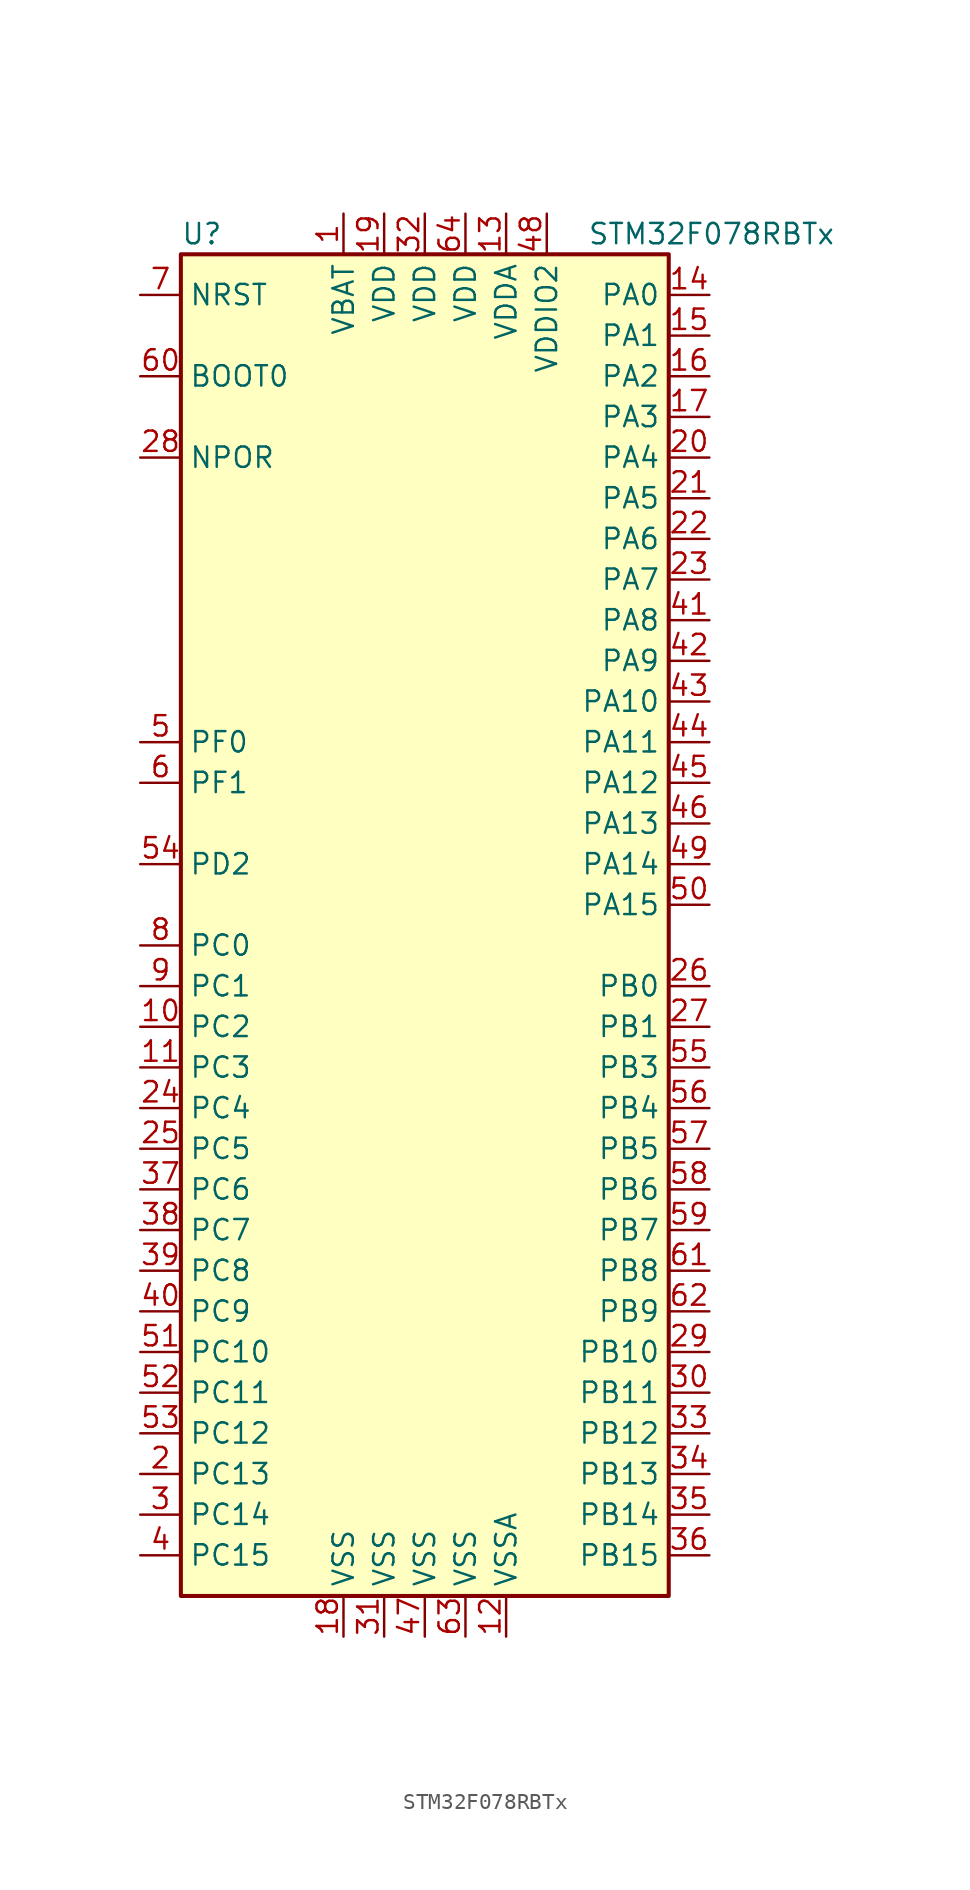
<source format=kicad_sym>
(kicad_symbol_lib
  (version 20201005)
  (generator kicad_symbol_editor)
  (symbol "STM32F078RBTx"
    (property "Reference" "U"
      (at -15.24 41.91 0)
      (effects (font (size 1.27 1.27)) (justify left)))
    (property "Value" "STM32F078RBTx"
      (at 10.16 41.91 0)
      (effects (font (size 1.27 1.27)) (justify left)))
    (symbol "STM32F078RBTx_0_1"
      (rectangle (start -15.24 -43.18) (end 15.24 40.64) (stroke (width 0.254)) (fill (type background))))
    (symbol "STM32F078RBTx_1_1"
      (pin input line (at -17.78 33.02 0) (length 2.54) (name "BOOT0" (effects (font (size 1.27 1.27)))) (number "60" (effects (font (size 1.27 1.27)))))
      (pin power_in line (at -17.78 27.94 0) (length 2.54) (name "NPOR" (effects (font (size 1.27 1.27)))) (number "28" (effects (font (size 1.27 1.27)))))
      (pin input line (at -17.78 38.1 0) (length 2.54) (name "NRST" (effects (font (size 1.27 1.27)))) (number "7" (effects (font (size 1.27 1.27)))))
      (pin bidirectional line (at 17.78 38.1 180) (length 2.54) (name "PA0" (effects (font (size 1.27 1.27)))) (number "14" (effects (font (size 1.27 1.27)))))
      (pin bidirectional line (at 17.78 35.56 180) (length 2.54) (name "PA1" (effects (font (size 1.27 1.27)))) (number "15" (effects (font (size 1.27 1.27)))))
      (pin bidirectional line (at 17.78 12.7 180) (length 2.54) (name "PA10" (effects (font (size 1.27 1.27)))) (number "43" (effects (font (size 1.27 1.27)))))
      (pin bidirectional line (at 17.78 10.16 180) (length 2.54) (name "PA11" (effects (font (size 1.27 1.27)))) (number "44" (effects (font (size 1.27 1.27)))))
      (pin bidirectional line (at 17.78 7.62 180) (length 2.54) (name "PA12" (effects (font (size 1.27 1.27)))) (number "45" (effects (font (size 1.27 1.27)))))
      (pin bidirectional line (at 17.78 5.08 180) (length 2.54) (name "PA13" (effects (font (size 1.27 1.27)))) (number "46" (effects (font (size 1.27 1.27)))))
      (pin bidirectional line (at 17.78 2.54 180) (length 2.54) (name "PA14" (effects (font (size 1.27 1.27)))) (number "49" (effects (font (size 1.27 1.27)))))
      (pin bidirectional line (at 17.78 0 180) (length 2.54) (name "PA15" (effects (font (size 1.27 1.27)))) (number "50" (effects (font (size 1.27 1.27)))))
      (pin bidirectional line (at 17.78 33.02 180) (length 2.54) (name "PA2" (effects (font (size 1.27 1.27)))) (number "16" (effects (font (size 1.27 1.27)))))
      (pin bidirectional line (at 17.78 30.48 180) (length 2.54) (name "PA3" (effects (font (size 1.27 1.27)))) (number "17" (effects (font (size 1.27 1.27)))))
      (pin bidirectional line (at 17.78 27.94 180) (length 2.54) (name "PA4" (effects (font (size 1.27 1.27)))) (number "20" (effects (font (size 1.27 1.27)))))
      (pin bidirectional line (at 17.78 25.4 180) (length 2.54) (name "PA5" (effects (font (size 1.27 1.27)))) (number "21" (effects (font (size 1.27 1.27)))))
      (pin bidirectional line (at 17.78 22.86 180) (length 2.54) (name "PA6" (effects (font (size 1.27 1.27)))) (number "22" (effects (font (size 1.27 1.27)))))
      (pin bidirectional line (at 17.78 20.32 180) (length 2.54) (name "PA7" (effects (font (size 1.27 1.27)))) (number "23" (effects (font (size 1.27 1.27)))))
      (pin bidirectional line (at 17.78 17.78 180) (length 2.54) (name "PA8" (effects (font (size 1.27 1.27)))) (number "41" (effects (font (size 1.27 1.27)))))
      (pin bidirectional line (at 17.78 15.24 180) (length 2.54) (name "PA9" (effects (font (size 1.27 1.27)))) (number "42" (effects (font (size 1.27 1.27)))))
      (pin bidirectional line (at 17.78 -5.08 180) (length 2.54) (name "PB0" (effects (font (size 1.27 1.27)))) (number "26" (effects (font (size 1.27 1.27)))))
      (pin bidirectional line (at 17.78 -7.62 180) (length 2.54) (name "PB1" (effects (font (size 1.27 1.27)))) (number "27" (effects (font (size 1.27 1.27)))))
      (pin bidirectional line (at 17.78 -27.94 180) (length 2.54) (name "PB10" (effects (font (size 1.27 1.27)))) (number "29" (effects (font (size 1.27 1.27)))))
      (pin bidirectional line (at 17.78 -30.48 180) (length 2.54) (name "PB11" (effects (font (size 1.27 1.27)))) (number "30" (effects (font (size 1.27 1.27)))))
      (pin bidirectional line (at 17.78 -33.02 180) (length 2.54) (name "PB12" (effects (font (size 1.27 1.27)))) (number "33" (effects (font (size 1.27 1.27)))))
      (pin bidirectional line (at 17.78 -35.56 180) (length 2.54) (name "PB13" (effects (font (size 1.27 1.27)))) (number "34" (effects (font (size 1.27 1.27)))))
      (pin bidirectional line (at 17.78 -38.1 180) (length 2.54) (name "PB14" (effects (font (size 1.27 1.27)))) (number "35" (effects (font (size 1.27 1.27)))))
      (pin bidirectional line (at 17.78 -40.64 180) (length 2.54) (name "PB15" (effects (font (size 1.27 1.27)))) (number "36" (effects (font (size 1.27 1.27)))))
      (pin bidirectional line (at 17.78 -10.16 180) (length 2.54) (name "PB3" (effects (font (size 1.27 1.27)))) (number "55" (effects (font (size 1.27 1.27)))))
      (pin bidirectional line (at 17.78 -12.7 180) (length 2.54) (name "PB4" (effects (font (size 1.27 1.27)))) (number "56" (effects (font (size 1.27 1.27)))))
      (pin bidirectional line (at 17.78 -15.24 180) (length 2.54) (name "PB5" (effects (font (size 1.27 1.27)))) (number "57" (effects (font (size 1.27 1.27)))))
      (pin bidirectional line (at 17.78 -17.78 180) (length 2.54) (name "PB6" (effects (font (size 1.27 1.27)))) (number "58" (effects (font (size 1.27 1.27)))))
      (pin bidirectional line (at 17.78 -20.32 180) (length 2.54) (name "PB7" (effects (font (size 1.27 1.27)))) (number "59" (effects (font (size 1.27 1.27)))))
      (pin bidirectional line (at 17.78 -22.86 180) (length 2.54) (name "PB8" (effects (font (size 1.27 1.27)))) (number "61" (effects (font (size 1.27 1.27)))))
      (pin bidirectional line (at 17.78 -25.4 180) (length 2.54) (name "PB9" (effects (font (size 1.27 1.27)))) (number "62" (effects (font (size 1.27 1.27)))))
      (pin bidirectional line (at -17.78 -2.54 0) (length 2.54) (name "PC0" (effects (font (size 1.27 1.27)))) (number "8" (effects (font (size 1.27 1.27)))))
      (pin bidirectional line (at -17.78 -5.08 0) (length 2.54) (name "PC1" (effects (font (size 1.27 1.27)))) (number "9" (effects (font (size 1.27 1.27)))))
      (pin bidirectional line (at -17.78 -27.94 0) (length 2.54) (name "PC10" (effects (font (size 1.27 1.27)))) (number "51" (effects (font (size 1.27 1.27)))))
      (pin bidirectional line (at -17.78 -30.48 0) (length 2.54) (name "PC11" (effects (font (size 1.27 1.27)))) (number "52" (effects (font (size 1.27 1.27)))))
      (pin bidirectional line (at -17.78 -33.02 0) (length 2.54) (name "PC12" (effects (font (size 1.27 1.27)))) (number "53" (effects (font (size 1.27 1.27)))))
      (pin bidirectional line (at -17.78 -35.56 0) (length 2.54) (name "PC13" (effects (font (size 1.27 1.27)))) (number "2" (effects (font (size 1.27 1.27)))))
      (pin bidirectional line (at -17.78 -38.1 0) (length 2.54) (name "PC14" (effects (font (size 1.27 1.27)))) (number "3" (effects (font (size 1.27 1.27)))))
      (pin bidirectional line (at -17.78 -40.64 0) (length 2.54) (name "PC15" (effects (font (size 1.27 1.27)))) (number "4" (effects (font (size 1.27 1.27)))))
      (pin bidirectional line (at -17.78 -7.62 0) (length 2.54) (name "PC2" (effects (font (size 1.27 1.27)))) (number "10" (effects (font (size 1.27 1.27)))))
      (pin bidirectional line (at -17.78 -10.16 0) (length 2.54) (name "PC3" (effects (font (size 1.27 1.27)))) (number "11" (effects (font (size 1.27 1.27)))))
      (pin bidirectional line (at -17.78 -12.7 0) (length 2.54) (name "PC4" (effects (font (size 1.27 1.27)))) (number "24" (effects (font (size 1.27 1.27)))))
      (pin bidirectional line (at -17.78 -15.24 0) (length 2.54) (name "PC5" (effects (font (size 1.27 1.27)))) (number "25" (effects (font (size 1.27 1.27)))))
      (pin bidirectional line (at -17.78 -17.78 0) (length 2.54) (name "PC6" (effects (font (size 1.27 1.27)))) (number "37" (effects (font (size 1.27 1.27)))))
      (pin bidirectional line (at -17.78 -20.32 0) (length 2.54) (name "PC7" (effects (font (size 1.27 1.27)))) (number "38" (effects (font (size 1.27 1.27)))))
      (pin bidirectional line (at -17.78 -22.86 0) (length 2.54) (name "PC8" (effects (font (size 1.27 1.27)))) (number "39" (effects (font (size 1.27 1.27)))))
      (pin bidirectional line (at -17.78 -25.4 0) (length 2.54) (name "PC9" (effects (font (size 1.27 1.27)))) (number "40" (effects (font (size 1.27 1.27)))))
      (pin bidirectional line (at -17.78 2.54 0) (length 2.54) (name "PD2" (effects (font (size 1.27 1.27)))) (number "54" (effects (font (size 1.27 1.27)))))
      (pin input line (at -17.78 10.16 0) (length 2.54) (name "PF0" (effects (font (size 1.27 1.27)))) (number "5" (effects (font (size 1.27 1.27)))))
      (pin input line (at -17.78 7.62 0) (length 2.54) (name "PF1" (effects (font (size 1.27 1.27)))) (number "6" (effects (font (size 1.27 1.27)))))
      (pin power_in line (at -5.08 43.18 270) (length 2.54) (name "VBAT" (effects (font (size 1.27 1.27)))) (number "1" (effects (font (size 1.27 1.27)))))
      (pin power_in line (at -2.54 43.18 270) (length 2.54) (name "VDD" (effects (font (size 1.27 1.27)))) (number "19" (effects (font (size 1.27 1.27)))))
      (pin power_in line (at 0 43.18 270) (length 2.54) (name "VDD" (effects (font (size 1.27 1.27)))) (number "32" (effects (font (size 1.27 1.27)))))
      (pin power_in line (at 2.54 43.18 270) (length 2.54) (name "VDD" (effects (font (size 1.27 1.27)))) (number "64" (effects (font (size 1.27 1.27)))))
      (pin power_in line (at 5.08 43.18 270) (length 2.54) (name "VDDA" (effects (font (size 1.27 1.27)))) (number "13" (effects (font (size 1.27 1.27)))))
      (pin power_in line (at 7.62 43.18 270) (length 2.54) (name "VDDIO2" (effects (font (size 1.27 1.27)))) (number "48" (effects (font (size 1.27 1.27)))))
      (pin power_in line (at -5.08 -45.72 90) (length 2.54) (name "VSS" (effects (font (size 1.27 1.27)))) (number "18" (effects (font (size 1.27 1.27)))))
      (pin power_in line (at -2.54 -45.72 90) (length 2.54) (name "VSS" (effects (font (size 1.27 1.27)))) (number "31" (effects (font (size 1.27 1.27)))))
      (pin power_in line (at 0 -45.72 90) (length 2.54) (name "VSS" (effects (font (size 1.27 1.27)))) (number "47" (effects (font (size 1.27 1.27)))))
      (pin power_in line (at 2.54 -45.72 90) (length 2.54) (name "VSS" (effects (font (size 1.27 1.27)))) (number "63" (effects (font (size 1.27 1.27)))))
      (pin power_in line (at 5.08 -45.72 90) (length 2.54) (name "VSSA" (effects (font (size 1.27 1.27)))) (number "12" (effects (font (size 1.27 1.27))))))))
</source>
